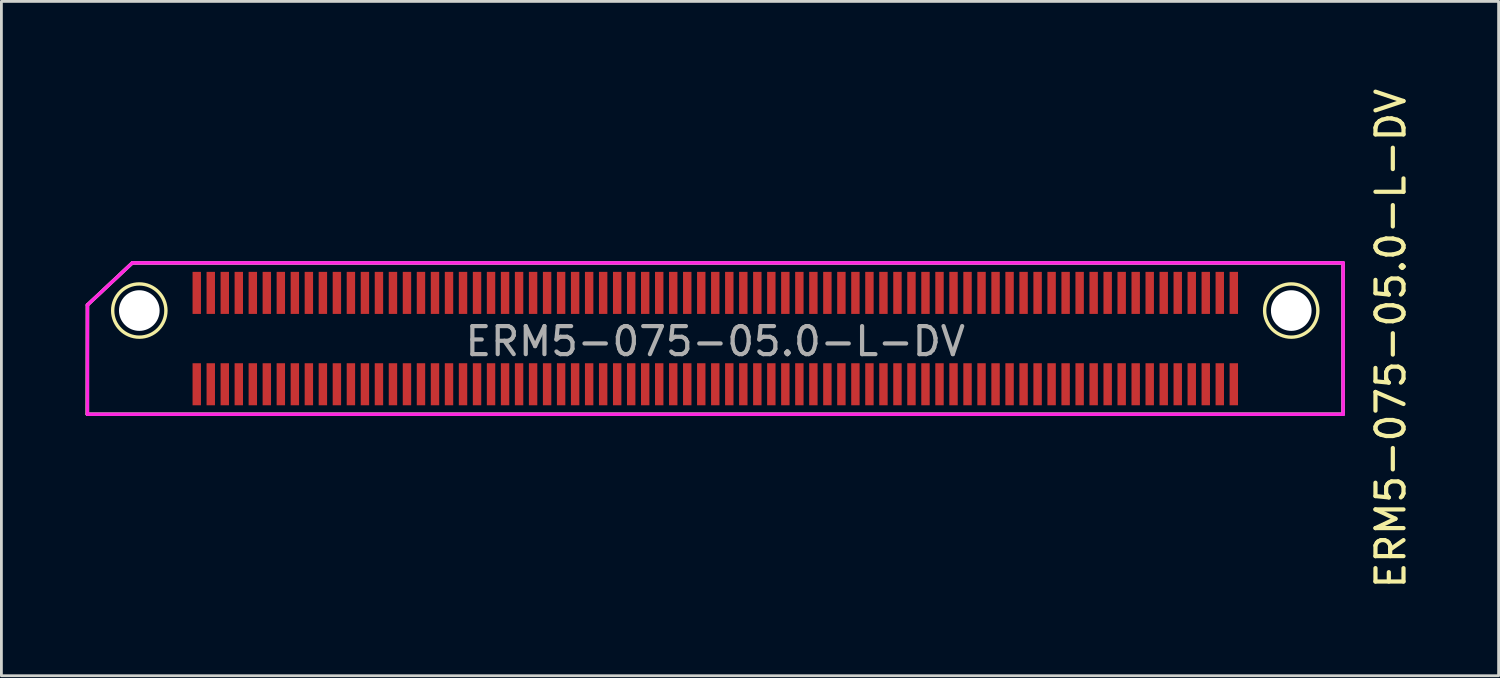
<source format=kicad_pcb>
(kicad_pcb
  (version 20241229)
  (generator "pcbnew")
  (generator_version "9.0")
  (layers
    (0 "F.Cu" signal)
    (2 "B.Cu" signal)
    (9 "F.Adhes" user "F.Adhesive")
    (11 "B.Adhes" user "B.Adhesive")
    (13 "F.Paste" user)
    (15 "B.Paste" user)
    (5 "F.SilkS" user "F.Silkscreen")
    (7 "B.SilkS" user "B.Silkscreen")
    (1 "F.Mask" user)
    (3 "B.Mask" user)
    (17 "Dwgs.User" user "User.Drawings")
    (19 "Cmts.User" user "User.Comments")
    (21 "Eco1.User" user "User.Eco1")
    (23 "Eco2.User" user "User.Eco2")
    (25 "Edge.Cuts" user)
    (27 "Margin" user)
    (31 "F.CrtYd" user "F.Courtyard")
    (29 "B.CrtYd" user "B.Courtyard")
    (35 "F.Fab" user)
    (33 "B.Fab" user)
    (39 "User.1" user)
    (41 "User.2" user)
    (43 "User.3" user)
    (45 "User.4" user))
  (footprint "ERM5-075-05.0-L-DV"
    (layer "F.Cu")
    (at 22.47 9.03)
    (property "Reference" "ERM5-075-05.0-L-DV" (at 24.1 0 90) (layer "F.SilkS") (effects (font (size 1 1) (thickness 0.15))))
    (attr through_hole)
    (fp_line (start -22.4 -1.2) (end -22.41 2.7) (stroke (width 0.12) (type solid)) (layer "F.SilkS"))
    (fp_line (start -22.4 2.7) (end 22.4 2.7) (stroke (width 0.12) (type solid)) (layer "F.SilkS"))
    (fp_line (start -20.8 -2.7) (end -22.4 -1.2) (stroke (width 0.12) (type solid)) (layer "F.SilkS"))
    (fp_line (start 22.4 -2.7) (end -20.8 -2.7) (stroke (width 0.12) (type solid)) (layer "F.SilkS"))
    (fp_line (start 22.4 2.7) (end 22.4 -2.7) (stroke (width 0.12) (type solid)) (layer "F.SilkS"))
    (fp_circle (center -20.55 -1) (end -19.6 -1) (stroke (width 0.12) (type solid)) (fill no) (layer "F.SilkS"))
    (fp_circle (center 20.55 -1) (end 21.5 -1) (stroke (width 0.12) (type solid)) (fill no) (layer "F.SilkS"))
    (fp_line (start -22.4 -1.2) (end -20.8 -2.7) (stroke (width 0.12) (type solid)) (layer "F.CrtYd"))
    (fp_line (start -22.4 2.7) (end -22.4 -1.2) (stroke (width 0.12) (type solid)) (layer "F.CrtYd"))
    (fp_line (start -20.8 -2.7) (end 22.4 -2.7) (stroke (width 0.12) (type solid)) (layer "F.CrtYd"))
    (fp_line (start 22.4 -2.7) (end 22.4 2.7) (stroke (width 0.12) (type solid)) (layer "F.CrtYd"))
    (fp_line (start 22.4 2.7) (end -22.4 2.7) (stroke (width 0.12) (type solid)) (layer "F.CrtYd"))
    (fp_line (start -22.4 2.7) (end -22.4 -1.2) (stroke (width 0.12) (type solid)) (layer "F.Fab"))
    (fp_line (start -20.8 -2.7) (end -22.4 -1.2) (stroke (width 0.12) (type solid)) (layer "F.Fab"))
    (fp_line (start -20.8 -2.7) (end 22.4 -2.7) (stroke (width 0.12) (type solid)) (layer "F.Fab"))
    (fp_line (start 22.4 -2.7) (end 22.4 2.7) (stroke (width 0.12) (type solid)) (layer "F.Fab"))
    (fp_line (start 22.4 2.7) (end -22.4 2.7) (stroke (width 0.12) (type solid)) (layer "F.Fab"))
    (fp_text user "${REFERENCE}" (at 0 0.1 0) (unlocked yes) (layer "F.Fab") (effects (font (size 1 1) (thickness 0.15))))
    (pad "" np_thru_hole circle (at -20.55 -1) (size 1.45 1.45) (drill 1.45) (layers "*.Cu" "*.Mask"))
    (pad "" np_thru_hole circle (at 20.55 -1) (size 1.45 1.45) (drill 1.45) (layers "*.Cu" "*.Mask"))
    (pad "1" smd rect (at -18.5 -1.63) (size 0.3 1.5) (layers "F.Cu" "F.Mask" "F.Paste"))
    (pad "2" smd rect (at -18.5 1.63) (size 0.3 1.5) (layers "F.Cu" "F.Mask" "F.Paste"))
    (pad "3" smd rect (at -18 -1.63) (size 0.3 1.5) (layers "F.Cu" "F.Mask" "F.Paste"))
    (pad "4" smd rect (at -18 1.63) (size 0.3 1.5) (layers "F.Cu" "F.Mask" "F.Paste"))
    (pad "5" smd rect (at -17.5 -1.63) (size 0.3 1.5) (layers "F.Cu" "F.Mask" "F.Paste"))
    (pad "6" smd rect (at -17.5 1.63) (size 0.3 1.5) (layers "F.Cu" "F.Mask" "F.Paste"))
    (pad "7" smd rect (at -17 -1.63) (size 0.3 1.5) (layers "F.Cu" "F.Mask" "F.Paste"))
    (pad "8" smd rect (at -17 1.63) (size 0.3 1.5) (layers "F.Cu" "F.Mask" "F.Paste"))
    (pad "9" smd rect (at -16.5 -1.63) (size 0.3 1.5) (layers "F.Cu" "F.Mask" "F.Paste"))
    (pad "10" smd rect (at -16.5 1.63) (size 0.3 1.5) (layers "F.Cu" "F.Mask" "F.Paste"))
    (pad "11" smd rect (at -16 -1.63) (size 0.3 1.5) (layers "F.Cu" "F.Mask" "F.Paste"))
    (pad "12" smd rect (at -16 1.63) (size 0.3 1.5) (layers "F.Cu" "F.Mask" "F.Paste"))
    (pad "13" smd rect (at -15.5 -1.63) (size 0.3 1.5) (layers "F.Cu" "F.Mask" "F.Paste"))
    (pad "14" smd rect (at -15.5 1.63) (size 0.3 1.5) (layers "F.Cu" "F.Mask" "F.Paste"))
    (pad "15" smd rect (at -15 -1.63) (size 0.3 1.5) (layers "F.Cu" "F.Mask" "F.Paste"))
    (pad "16" smd rect (at -15 1.63) (size 0.3 1.5) (layers "F.Cu" "F.Mask" "F.Paste"))
    (pad "17" smd rect (at -14.5 -1.63) (size 0.3 1.5) (layers "F.Cu" "F.Mask" "F.Paste"))
    (pad "18" smd rect (at -14.5 1.63) (size 0.3 1.5) (layers "F.Cu" "F.Mask" "F.Paste"))
    (pad "19" smd rect (at -14 -1.63) (size 0.3 1.5) (layers "F.Cu" "F.Mask" "F.Paste"))
    (pad "20" smd rect (at -14 1.63) (size 0.3 1.5) (layers "F.Cu" "F.Mask" "F.Paste"))
    (pad "21" smd rect (at -13.5 -1.63) (size 0.3 1.5) (layers "F.Cu" "F.Mask" "F.Paste"))
    (pad "22" smd rect (at -13.5 1.63) (size 0.3 1.5) (layers "F.Cu" "F.Mask" "F.Paste"))
    (pad "23" smd rect (at -13 -1.63) (size 0.3 1.5) (layers "F.Cu" "F.Mask" "F.Paste"))
    (pad "24" smd rect (at -13 1.63) (size 0.3 1.5) (layers "F.Cu" "F.Mask" "F.Paste"))
    (pad "25" smd rect (at -12.5 -1.63) (size 0.3 1.5) (layers "F.Cu" "F.Mask" "F.Paste"))
    (pad "26" smd rect (at -12.5 1.63) (size 0.3 1.5) (layers "F.Cu" "F.Mask" "F.Paste"))
    (pad "27" smd rect (at -12 -1.63) (size 0.3 1.5) (layers "F.Cu" "F.Mask" "F.Paste"))
    (pad "28" smd rect (at -12 1.63) (size 0.3 1.5) (layers "F.Cu" "F.Mask" "F.Paste"))
    (pad "29" smd rect (at -11.5 -1.63) (size 0.3 1.5) (layers "F.Cu" "F.Mask" "F.Paste"))
    (pad "30" smd rect (at -11.5 1.63) (size 0.3 1.5) (layers "F.Cu" "F.Mask" "F.Paste"))
    (pad "31" smd rect (at -11 -1.63) (size 0.3 1.5) (layers "F.Cu" "F.Mask" "F.Paste"))
    (pad "32" smd rect (at -11 1.63) (size 0.3 1.5) (layers "F.Cu" "F.Mask" "F.Paste"))
    (pad "33" smd rect (at -10.5 -1.63) (size 0.3 1.5) (layers "F.Cu" "F.Mask" "F.Paste"))
    (pad "34" smd rect (at -10.5 1.63) (size 0.3 1.5) (layers "F.Cu" "F.Mask" "F.Paste"))
    (pad "35" smd rect (at -10 -1.63) (size 0.3 1.5) (layers "F.Cu" "F.Mask" "F.Paste"))
    (pad "36" smd rect (at -10 1.63) (size 0.3 1.5) (layers "F.Cu" "F.Mask" "F.Paste"))
    (pad "37" smd rect (at -9.5 -1.63) (size 0.3 1.5) (layers "F.Cu" "F.Mask" "F.Paste"))
    (pad "38" smd rect (at -9.5 1.63) (size 0.3 1.5) (layers "F.Cu" "F.Mask" "F.Paste"))
    (pad "39" smd rect (at -9 -1.63) (size 0.3 1.5) (layers "F.Cu" "F.Mask" "F.Paste"))
    (pad "40" smd rect (at -9 1.63) (size 0.3 1.5) (layers "F.Cu" "F.Mask" "F.Paste"))
    (pad "41" smd rect (at -8.5 -1.63) (size 0.3 1.5) (layers "F.Cu" "F.Mask" "F.Paste"))
    (pad "42" smd rect (at -8.5 1.63) (size 0.3 1.5) (layers "F.Cu" "F.Mask" "F.Paste"))
    (pad "43" smd rect (at -8 -1.63) (size 0.3 1.5) (layers "F.Cu" "F.Mask" "F.Paste"))
    (pad "44" smd rect (at -8 1.63) (size 0.3 1.5) (layers "F.Cu" "F.Mask" "F.Paste"))
    (pad "45" smd rect (at -7.5 -1.63) (size 0.3 1.5) (layers "F.Cu" "F.Mask" "F.Paste"))
    (pad "46" smd rect (at -7.5 1.63) (size 0.3 1.5) (layers "F.Cu" "F.Mask" "F.Paste"))
    (pad "47" smd rect (at -7 -1.63) (size 0.3 1.5) (layers "F.Cu" "F.Mask" "F.Paste"))
    (pad "48" smd rect (at -7 1.63) (size 0.3 1.5) (layers "F.Cu" "F.Mask" "F.Paste"))
    (pad "49" smd rect (at -6.5 -1.63) (size 0.3 1.5) (layers "F.Cu" "F.Mask" "F.Paste"))
    (pad "50" smd rect (at -6.5 1.63) (size 0.3 1.5) (layers "F.Cu" "F.Mask" "F.Paste"))
    (pad "51" smd rect (at -6 -1.63) (size 0.3 1.5) (layers "F.Cu" "F.Mask" "F.Paste"))
    (pad "52" smd rect (at -6 1.63) (size 0.3 1.5) (layers "F.Cu" "F.Mask" "F.Paste"))
    (pad "53" smd rect (at -5.5 -1.63) (size 0.3 1.5) (layers "F.Cu" "F.Mask" "F.Paste"))
    (pad "54" smd rect (at -5.5 1.63) (size 0.3 1.5) (layers "F.Cu" "F.Mask" "F.Paste"))
    (pad "55" smd rect (at -5 -1.63) (size 0.3 1.5) (layers "F.Cu" "F.Mask" "F.Paste"))
    (pad "56" smd rect (at -5 1.63) (size 0.3 1.5) (layers "F.Cu" "F.Mask" "F.Paste"))
    (pad "57" smd rect (at -4.5 -1.63) (size 0.3 1.5) (layers "F.Cu" "F.Mask" "F.Paste"))
    (pad "58" smd rect (at -4.5 1.63) (size 0.3 1.5) (layers "F.Cu" "F.Mask" "F.Paste"))
    (pad "59" smd rect (at -4 -1.63) (size 0.3 1.5) (layers "F.Cu" "F.Mask" "F.Paste"))
    (pad "60" smd rect (at -4 1.63) (size 0.3 1.5) (layers "F.Cu" "F.Mask" "F.Paste"))
    (pad "61" smd rect (at -3.5 -1.63) (size 0.3 1.5) (layers "F.Cu" "F.Mask" "F.Paste"))
    (pad "62" smd rect (at -3.5 1.63) (size 0.3 1.5) (layers "F.Cu" "F.Mask" "F.Paste"))
    (pad "63" smd rect (at -3 -1.63) (size 0.3 1.5) (layers "F.Cu" "F.Mask" "F.Paste"))
    (pad "64" smd rect (at -3 1.63) (size 0.3 1.5) (layers "F.Cu" "F.Mask" "F.Paste"))
    (pad "65" smd rect (at -2.5 -1.63) (size 0.3 1.5) (layers "F.Cu" "F.Mask" "F.Paste"))
    (pad "66" smd rect (at -2.5 1.63) (size 0.3 1.5) (layers "F.Cu" "F.Mask" "F.Paste"))
    (pad "67" smd rect (at -2 -1.63) (size 0.3 1.5) (layers "F.Cu" "F.Mask" "F.Paste"))
    (pad "68" smd rect (at -2 1.63) (size 0.3 1.5) (layers "F.Cu" "F.Mask" "F.Paste"))
    (pad "69" smd rect (at -1.5 -1.63) (size 0.3 1.5) (layers "F.Cu" "F.Mask" "F.Paste"))
    (pad "70" smd rect (at -1.5 1.63) (size 0.3 1.5) (layers "F.Cu" "F.Mask" "F.Paste"))
    (pad "71" smd rect (at -1 -1.63) (size 0.3 1.5) (layers "F.Cu" "F.Mask" "F.Paste"))
    (pad "72" smd rect (at -1 1.63) (size 0.3 1.5) (layers "F.Cu" "F.Mask" "F.Paste"))
    (pad "73" smd rect (at -0.5 -1.63) (size 0.3 1.5) (layers "F.Cu" "F.Mask" "F.Paste"))
    (pad "74" smd rect (at -0.5 1.63) (size 0.3 1.5) (layers "F.Cu" "F.Mask" "F.Paste"))
    (pad "75" smd rect (at 0 -1.63) (size 0.3 1.5) (layers "F.Cu" "F.Mask" "F.Paste"))
    (pad "76" smd rect (at 0 1.63) (size 0.3 1.5) (layers "F.Cu" "F.Mask" "F.Paste"))
    (pad "77" smd rect (at 0.5 -1.63) (size 0.3 1.5) (layers "F.Cu" "F.Mask" "F.Paste"))
    (pad "78" smd rect (at 0.5 1.63) (size 0.3 1.5) (layers "F.Cu" "F.Mask" "F.Paste"))
    (pad "79" smd rect (at 1 -1.63) (size 0.3 1.5) (layers "F.Cu" "F.Mask" "F.Paste"))
    (pad "80" smd rect (at 1 1.63) (size 0.3 1.5) (layers "F.Cu" "F.Mask" "F.Paste"))
    (pad "81" smd rect (at 1.5 -1.63) (size 0.3 1.5) (layers "F.Cu" "F.Mask" "F.Paste"))
    (pad "82" smd rect (at 1.5 1.63) (size 0.3 1.5) (layers "F.Cu" "F.Mask" "F.Paste"))
    (pad "83" smd rect (at 2 -1.63) (size 0.3 1.5) (layers "F.Cu" "F.Mask" "F.Paste"))
    (pad "84" smd rect (at 2 1.63) (size 0.3 1.5) (layers "F.Cu" "F.Mask" "F.Paste"))
    (pad "85" smd rect (at 2.5 -1.63) (size 0.3 1.5) (layers "F.Cu" "F.Mask" "F.Paste"))
    (pad "86" smd rect (at 2.5 1.63) (size 0.3 1.5) (layers "F.Cu" "F.Mask" "F.Paste"))
    (pad "87" smd rect (at 3 -1.63) (size 0.3 1.5) (layers "F.Cu" "F.Mask" "F.Paste"))
    (pad "88" smd rect (at 3 1.63) (size 0.3 1.5) (layers "F.Cu" "F.Mask" "F.Paste"))
    (pad "89" smd rect (at 3.5 -1.63) (size 0.3 1.5) (layers "F.Cu" "F.Mask" "F.Paste"))
    (pad "90" smd rect (at 3.5 1.63) (size 0.3 1.5) (layers "F.Cu" "F.Mask" "F.Paste"))
    (pad "91" smd rect (at 4 -1.63) (size 0.3 1.5) (layers "F.Cu" "F.Mask" "F.Paste"))
    (pad "92" smd rect (at 4 1.63) (size 0.3 1.5) (layers "F.Cu" "F.Mask" "F.Paste"))
    (pad "93" smd rect (at 4.5 -1.63) (size 0.3 1.5) (layers "F.Cu" "F.Mask" "F.Paste"))
    (pad "94" smd rect (at 4.5 1.63) (size 0.3 1.5) (layers "F.Cu" "F.Mask" "F.Paste"))
    (pad "95" smd rect (at 5 -1.63) (size 0.3 1.5) (layers "F.Cu" "F.Mask" "F.Paste"))
    (pad "96" smd rect (at 5 1.63) (size 0.3 1.5) (layers "F.Cu" "F.Mask" "F.Paste"))
    (pad "97" smd rect (at 5.5 -1.63) (size 0.3 1.5) (layers "F.Cu" "F.Mask" "F.Paste"))
    (pad "98" smd rect (at 5.5 1.63) (size 0.3 1.5) (layers "F.Cu" "F.Mask" "F.Paste"))
    (pad "99" smd rect (at 6 -1.63) (size 0.3 1.5) (layers "F.Cu" "F.Mask" "F.Paste"))
    (pad "100" smd rect (at 6 1.63) (size 0.3 1.5) (layers "F.Cu" "F.Mask" "F.Paste"))
    (pad "101" smd rect (at 6.5 -1.63) (size 0.3 1.5) (layers "F.Cu" "F.Mask" "F.Paste"))
    (pad "102" smd rect (at 6.5 1.63) (size 0.3 1.5) (layers "F.Cu" "F.Mask" "F.Paste"))
    (pad "103" smd rect (at 7 -1.63) (size 0.3 1.5) (layers "F.Cu" "F.Mask" "F.Paste"))
    (pad "104" smd rect (at 7 1.63) (size 0.3 1.5) (layers "F.Cu" "F.Mask" "F.Paste"))
    (pad "105" smd rect (at 7.5 -1.63) (size 0.3 1.5) (layers "F.Cu" "F.Mask" "F.Paste"))
    (pad "106" smd rect (at 7.5 1.63) (size 0.3 1.5) (layers "F.Cu" "F.Mask" "F.Paste"))
    (pad "107" smd rect (at 8 -1.63) (size 0.3 1.5) (layers "F.Cu" "F.Mask" "F.Paste"))
    (pad "108" smd rect (at 8 1.63) (size 0.3 1.5) (layers "F.Cu" "F.Mask" "F.Paste"))
    (pad "109" smd rect (at 8.5 -1.63) (size 0.3 1.5) (layers "F.Cu" "F.Mask" "F.Paste"))
    (pad "110" smd rect (at 8.5 1.63) (size 0.3 1.5) (layers "F.Cu" "F.Mask" "F.Paste"))
    (pad "111" smd rect (at 9 -1.63) (size 0.3 1.5) (layers "F.Cu" "F.Mask" "F.Paste"))
    (pad "112" smd rect (at 9 1.63) (size 0.3 1.5) (layers "F.Cu" "F.Mask" "F.Paste"))
    (pad "113" smd rect (at 9.5 -1.63) (size 0.3 1.5) (layers "F.Cu" "F.Mask" "F.Paste"))
    (pad "114" smd rect (at 9.5 1.63) (size 0.3 1.5) (layers "F.Cu" "F.Mask" "F.Paste"))
    (pad "115" smd rect (at 10 -1.63) (size 0.3 1.5) (layers "F.Cu" "F.Mask" "F.Paste"))
    (pad "116" smd rect (at 10 1.63) (size 0.3 1.5) (layers "F.Cu" "F.Mask" "F.Paste"))
    (pad "117" smd rect (at 10.5 -1.63) (size 0.3 1.5) (layers "F.Cu" "F.Mask" "F.Paste"))
    (pad "118" smd rect (at 10.5 1.63) (size 0.3 1.5) (layers "F.Cu" "F.Mask" "F.Paste"))
    (pad "119" smd rect (at 11 -1.63) (size 0.3 1.5) (layers "F.Cu" "F.Mask" "F.Paste"))
    (pad "120" smd rect (at 11 1.63) (size 0.3 1.5) (layers "F.Cu" "F.Mask" "F.Paste"))
    (pad "121" smd rect (at 11.5 -1.63) (size 0.3 1.5) (layers "F.Cu" "F.Mask" "F.Paste"))
    (pad "122" smd rect (at 11.5 1.63) (size 0.3 1.5) (layers "F.Cu" "F.Mask" "F.Paste"))
    (pad "123" smd rect (at 12 -1.63) (size 0.3 1.5) (layers "F.Cu" "F.Mask" "F.Paste"))
    (pad "124" smd rect (at 12 1.63) (size 0.3 1.5) (layers "F.Cu" "F.Mask" "F.Paste"))
    (pad "125" smd rect (at 12.5 -1.63) (size 0.3 1.5) (layers "F.Cu" "F.Mask" "F.Paste"))
    (pad "126" smd rect (at 12.5 1.63) (size 0.3 1.5) (layers "F.Cu" "F.Mask" "F.Paste"))
    (pad "127" smd rect (at 13 -1.63) (size 0.3 1.5) (layers "F.Cu" "F.Mask" "F.Paste"))
    (pad "128" smd rect (at 13 1.63) (size 0.3 1.5) (layers "F.Cu" "F.Mask" "F.Paste"))
    (pad "129" smd rect (at 13.5 -1.63) (size 0.3 1.5) (layers "F.Cu" "F.Mask" "F.Paste"))
    (pad "130" smd rect (at 13.5 1.63) (size 0.3 1.5) (layers "F.Cu" "F.Mask" "F.Paste"))
    (pad "131" smd rect (at 14 -1.63) (size 0.3 1.5) (layers "F.Cu" "F.Mask" "F.Paste"))
    (pad "132" smd rect (at 14 1.63) (size 0.3 1.5) (layers "F.Cu" "F.Mask" "F.Paste"))
    (pad "133" smd rect (at 14.5 -1.63) (size 0.3 1.5) (layers "F.Cu" "F.Mask" "F.Paste"))
    (pad "134" smd rect (at 14.5 1.63) (size 0.3 1.5) (layers "F.Cu" "F.Mask" "F.Paste"))
    (pad "135" smd rect (at 15 -1.63) (size 0.3 1.5) (layers "F.Cu" "F.Mask" "F.Paste"))
    (pad "136" smd rect (at 15 1.63) (size 0.3 1.5) (layers "F.Cu" "F.Mask" "F.Paste"))
    (pad "137" smd rect (at 15.5 -1.63) (size 0.3 1.5) (layers "F.Cu" "F.Mask" "F.Paste"))
    (pad "138" smd rect (at 15.5 1.63) (size 0.3 1.5) (layers "F.Cu" "F.Mask" "F.Paste"))
    (pad "139" smd rect (at 16 -1.63) (size 0.3 1.5) (layers "F.Cu" "F.Mask" "F.Paste"))
    (pad "140" smd rect (at 16 1.63) (size 0.3 1.5) (layers "F.Cu" "F.Mask" "F.Paste"))
    (pad "141" smd rect (at 16.5 -1.63) (size 0.3 1.5) (layers "F.Cu" "F.Mask" "F.Paste"))
    (pad "142" smd rect (at 16.5 1.63) (size 0.3 1.5) (layers "F.Cu" "F.Mask" "F.Paste"))
    (pad "143" smd rect (at 17 -1.63) (size 0.3 1.5) (layers "F.Cu" "F.Mask" "F.Paste"))
    (pad "144" smd rect (at 17 1.63) (size 0.3 1.5) (layers "F.Cu" "F.Mask" "F.Paste"))
    (pad "145" smd rect (at 17.5 -1.63) (size 0.3 1.5) (layers "F.Cu" "F.Mask" "F.Paste"))
    (pad "146" smd rect (at 17.5 1.63) (size 0.3 1.5) (layers "F.Cu" "F.Mask" "F.Paste"))
    (pad "147" smd rect (at 18 -1.63) (size 0.3 1.5) (layers "F.Cu" "F.Mask" "F.Paste"))
    (pad "148" smd rect (at 18 1.63) (size 0.3 1.5) (layers "F.Cu" "F.Mask" "F.Paste"))
    (pad "149" smd rect (at 18.5 -1.63) (size 0.3 1.5) (layers "F.Cu" "F.Mask" "F.Paste"))
    (pad "150" smd rect (at 18.5 1.63) (size 0.3 1.5) (layers "F.Cu" "F.Mask" "F.Paste")))
  (gr_rect
    (start -3 -3)
    (end 50.418 21.06)
    (stroke (width 0.1) (type default))
    (fill no)
    (layer "Edge.Cuts")))
</source>
